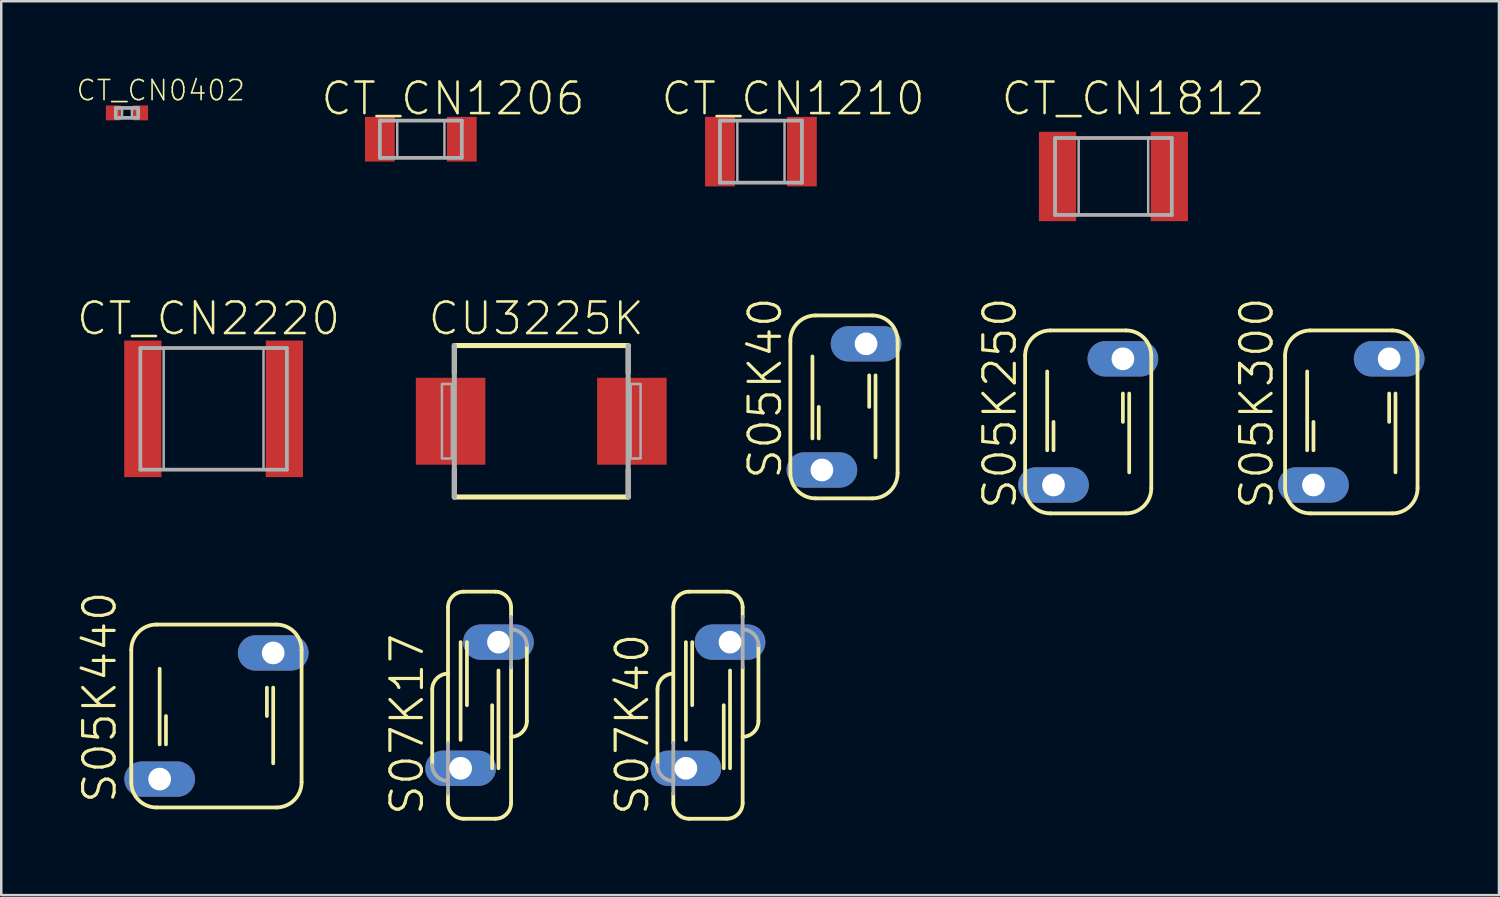
<source format=kicad_pcb>
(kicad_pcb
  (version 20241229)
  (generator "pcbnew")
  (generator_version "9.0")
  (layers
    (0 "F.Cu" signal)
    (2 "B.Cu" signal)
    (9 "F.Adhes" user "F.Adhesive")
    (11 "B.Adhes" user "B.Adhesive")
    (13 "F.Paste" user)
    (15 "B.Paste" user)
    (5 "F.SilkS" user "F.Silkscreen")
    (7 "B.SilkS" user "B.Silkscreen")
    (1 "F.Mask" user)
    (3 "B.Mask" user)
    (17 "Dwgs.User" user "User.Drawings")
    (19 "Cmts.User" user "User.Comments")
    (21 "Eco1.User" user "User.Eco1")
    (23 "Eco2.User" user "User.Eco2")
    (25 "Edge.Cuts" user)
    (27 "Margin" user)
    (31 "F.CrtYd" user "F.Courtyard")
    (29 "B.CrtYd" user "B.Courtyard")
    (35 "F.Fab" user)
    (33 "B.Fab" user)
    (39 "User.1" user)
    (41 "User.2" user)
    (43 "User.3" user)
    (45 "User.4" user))
  (footprint "S05K40"
    (layer "F.Cu")
    (at 30.935 13.335)
    (property "Reference" "S05K40" (at -3.175 -0.756 90) (layer "F.SilkS") (effects (font (size 1.27 1.27) (thickness 0.127))))
    (attr through_hole)
    (fp_line (start -2.159 -2.667) (end -2.159 2.667) (stroke (width 0.152) (type solid)) (layer "F.SilkS"))
    (fp_line (start -1.27 1.27) (end -1.27 -2.032) (stroke (width 0.15) (type solid)) (layer "F.SilkS"))
    (fp_line (start -1.143 -3.683) (end 1.143 -3.683) (stroke (width 0.152) (type solid)) (layer "F.SilkS"))
    (fp_line (start -1.143 3.683) (end 1.143 3.683) (stroke (width 0.152) (type solid)) (layer "F.SilkS"))
    (fp_line (start -1.016 1.27) (end -1.016 0) (stroke (width 0.15) (type solid)) (layer "F.SilkS"))
    (fp_line (start 1.016 0) (end 1.016 -1.27) (stroke (width 0.15) (type solid)) (layer "F.SilkS"))
    (fp_line (start 1.27 2.032) (end 1.27 -1.27) (stroke (width 0.15) (type solid)) (layer "F.SilkS"))
    (fp_line (start 2.159 -2.667) (end 2.159 2.667) (stroke (width 0.152) (type solid)) (layer "F.SilkS"))
    (fp_arc (start -2.159 -2.667) (mid -1.86142 -3.38542) (end -1.143 -3.683) (stroke (width 0.1524) (type solid)) (layer "F.SilkS"))
    (fp_arc (start -1.143 3.683) (mid -1.86142 3.38542) (end -2.159 2.667) (stroke (width 0.1524) (type solid)) (layer "F.SilkS"))
    (fp_arc (start 1.143 -3.683) (mid 1.86142 -3.38542) (end 2.159 -2.667) (stroke (width 0.1524) (type solid)) (layer "F.SilkS"))
    (fp_arc (start 2.159 2.667) (mid 1.86142 3.38542) (end 1.143 3.683) (stroke (width 0.1524) (type solid)) (layer "F.SilkS"))
    (pad "1" thru_hole oval (at -0.889 2.54) (size 2.845 1.422) (drill 0.914) (layers "*.Cu" "*.Mask"))
    (pad "2" thru_hole oval (at 0.889 -2.54) (size 2.845 1.422) (drill 0.914) (layers "*.Cu" "*.Mask")))
  (footprint "CT_CN0402"
    (layer "F.Cu")
    (at 2.063 1.496)
    (property "Reference" "CT_CN0402" (at 1.359 -0.906 0) (layer "F.SilkS") (effects (font (size 0.813 0.813) (thickness 0.065))))
    (attr through_hole)
    (fp_line (start -0.45 -0.2) (end 0.45 -0.2) (stroke (width 0.15) (type solid)) (layer "F.Fab"))
    (fp_line (start -0.45 0.2) (end -0.45 -0.2) (stroke (width 0.15) (type solid)) (layer "F.Fab"))
    (fp_line (start 0.45 -0.2) (end 0.45 0.2) (stroke (width 0.15) (type solid)) (layer "F.Fab"))
    (fp_line (start 0.45 0.2) (end -0.45 0.2) (stroke (width 0.15) (type solid)) (layer "F.Fab"))
    (fp_poly (pts (xy -0.45 -0.2) (xy -0.2 -0.2) (xy -0.2 0.2) (xy -0.45 0.2)) (stroke (width 0.1) (type solid)) (fill no) (layer "F.Fab"))
    (fp_poly (pts (xy 0.2 -0.2) (xy 0.45 -0.2) (xy 0.45 0.2) (xy 0.2 0.2)) (stroke (width 0.1) (type solid)) (fill no) (layer "F.Fab"))
    (pad "1" smd rect (at -0.55 0) (size 0.6 0.6) (layers "F.Cu" "F.Mask" "F.Paste"))
    (pad "2" smd rect (at 0.55 0) (size 0.6 0.6) (layers "F.Cu" "F.Mask" "F.Paste")))
  (footprint "S07K40"
    (layer "F.Cu")
    (at 25.458 25.347)
    (property "Reference" "S07K40" (at -3.048 0.768 90) (layer "F.SilkS") (effects (font (size 1.27 1.27) (thickness 0.127))))
    (attr through_hole)
    (fp_line (start -2.032 -0.635) (end -2.032 2.413) (stroke (width 0.152) (type solid)) (layer "F.SilkS"))
    (fp_line (start -1.397 1.524) (end -1.397 -3.937) (stroke (width 0.152) (type solid)) (layer "F.SilkS"))
    (fp_line (start -1.397 3.937) (end -1.397 3.556) (stroke (width 0.152) (type solid)) (layer "F.SilkS"))
    (fp_line (start -0.889 1.397) (end -0.889 -2.54) (stroke (width 0.15) (type solid)) (layer "F.SilkS"))
    (fp_line (start -0.762 -4.572) (end 0.762 -4.572) (stroke (width 0.152) (type solid)) (layer "F.SilkS"))
    (fp_line (start -0.762 4.572) (end 0.762 4.572) (stroke (width 0.152) (type solid)) (layer "F.SilkS"))
    (fp_line (start -0.635 0) (end -0.635 -2.54) (stroke (width 0.15) (type solid)) (layer "F.SilkS"))
    (fp_line (start 0.635 2.54) (end 0.635 0) (stroke (width 0.15) (type solid)) (layer "F.SilkS"))
    (fp_line (start 0.889 2.54) (end 0.889 -1.397) (stroke (width 0.15) (type solid)) (layer "F.SilkS"))
    (fp_line (start 1.397 -3.556) (end 1.397 -3.937) (stroke (width 0.152) (type solid)) (layer "F.SilkS"))
    (fp_line (start 1.397 3.937) (end 1.397 -1.524) (stroke (width 0.152) (type solid)) (layer "F.SilkS"))
    (fp_line (start 2.032 0.635) (end 2.032 -2.413) (stroke (width 0.152) (type solid)) (layer "F.SilkS"))
    (fp_arc (start -2.032 -0.635) (mid -1.846013 -1.084013) (end -1.397 -1.27) (stroke (width 0.1524) (type solid)) (layer "F.SilkS"))
    (fp_arc (start -1.397 -3.937) (mid -1.211013 -4.386013) (end -0.762 -4.572) (stroke (width 0.1524) (type solid)) (layer "F.SilkS"))
    (fp_arc (start -0.762 4.572) (mid -1.211013 4.386013) (end -1.397 3.937) (stroke (width 0.1524) (type solid)) (layer "F.SilkS"))
    (fp_arc (start 0.762 -4.572) (mid 1.211013 -4.386013) (end 1.397 -3.937) (stroke (width 0.1524) (type solid)) (layer "F.SilkS"))
    (fp_arc (start 1.397 3.937) (mid 1.211013 4.386013) (end 0.762 4.572) (stroke (width 0.1524) (type solid)) (layer "F.SilkS"))
    (fp_arc (start 2.032 0.635) (mid 1.846013 1.084013) (end 1.397 1.27) (stroke (width 0.1524) (type solid)) (layer "F.SilkS"))
    (fp_line (start -1.397 1.524) (end -1.397 3.556) (stroke (width 0.152) (type solid)) (layer "F.Fab"))
    (fp_line (start 1.397 -1.524) (end 1.397 -3.556) (stroke (width 0.152) (type solid)) (layer "F.Fab"))
    (fp_arc (start -1.397 3.048) (mid -1.846013 2.862013) (end -2.032 2.413) (stroke (width 0.1524) (type solid)) (layer "F.Fab"))
    (fp_arc (start 1.397 -3.048) (mid 1.846013 -2.862013) (end 2.032 -2.413) (stroke (width 0.1524) (type solid)) (layer "F.Fab"))
    (pad "1" thru_hole oval (at -0.889 2.54) (size 2.845 1.422) (drill 0.914) (layers "*.Cu" "*.Mask"))
    (pad "2" thru_hole oval (at 0.889 -2.54) (size 2.845 1.422) (drill 0.914) (layers "*.Cu" "*.Mask")))
  (footprint "CU3225K"
    (layer "F.Cu")
    (at 18.745 13.913)
    (property "Reference" "CU3225K" (at -0.204 -4.135 0) (layer "F.SilkS") (effects (font (size 1.27 1.27) (thickness 0.102))))
    (attr through_hole)
    (fp_line (start -3.5 -3.05) (end 3.5 -3.05) (stroke (width 0.203) (type solid)) (layer "F.SilkS"))
    (fp_line (start -3.5 -1.95) (end -3.5 -3.05) (stroke (width 0.203) (type solid)) (layer "F.SilkS"))
    (fp_line (start -3.5 3.05) (end -3.5 1.95) (stroke (width 0.203) (type solid)) (layer "F.SilkS"))
    (fp_line (start 3.5 -3.05) (end 3.5 -1.95) (stroke (width 0.203) (type solid)) (layer "F.SilkS"))
    (fp_line (start 3.5 1.95) (end 3.5 3.05) (stroke (width 0.203) (type solid)) (layer "F.SilkS"))
    (fp_line (start 3.5 3.05) (end -3.5 3.05) (stroke (width 0.203) (type solid)) (layer "F.SilkS"))
    (fp_line (start -3.5 3.05) (end -3.5 -3.05) (stroke (width 0.203) (type solid)) (layer "F.Fab"))
    (fp_line (start 3.5 -3.05) (end 3.5 3.05) (stroke (width 0.203) (type solid)) (layer "F.Fab"))
    (fp_poly (pts (xy -4 -1.5) (xy -3.6 -1.5) (xy -3.6 1.5) (xy -4 1.5)) (stroke (width 0.1) (type solid)) (fill no) (layer "F.Fab"))
    (fp_poly (pts (xy 3.6 -1.5) (xy 4 -1.5) (xy 4 1.5) (xy 3.6 1.5)) (stroke (width 0.1) (type solid)) (fill no) (layer "F.Fab"))
    (pad "1" smd rect (at -3.65 0) (size 2.8 3.5) (layers "F.Cu" "F.Mask" "F.Paste"))
    (pad "2" smd rect (at 3.65 0) (size 2.8 3.5) (layers "F.Cu" "F.Mask" "F.Paste")))
  (footprint "S05K250"
    (layer "F.Cu")
    (at 40.769 13.939)
    (property "Reference" "S05K250" (at -3.556 -0.756 90) (layer "F.SilkS") (effects (font (size 1.27 1.27) (thickness 0.127))))
    (attr through_hole)
    (fp_line (start -2.54 -2.667) (end -2.54 2.667) (stroke (width 0.152) (type solid)) (layer "F.SilkS"))
    (fp_line (start -1.651 1.143) (end -1.651 -2.032) (stroke (width 0.15) (type solid)) (layer "F.SilkS"))
    (fp_line (start -1.524 -3.683) (end 1.524 -3.683) (stroke (width 0.152) (type solid)) (layer "F.SilkS"))
    (fp_line (start -1.524 3.683) (end 1.524 3.683) (stroke (width 0.152) (type solid)) (layer "F.SilkS"))
    (fp_line (start -1.397 1.143) (end -1.397 0) (stroke (width 0.15) (type solid)) (layer "F.SilkS"))
    (fp_line (start 1.397 0) (end 1.397 -1.143) (stroke (width 0.15) (type solid)) (layer "F.SilkS"))
    (fp_line (start 1.651 2.032) (end 1.651 -1.143) (stroke (width 0.15) (type solid)) (layer "F.SilkS"))
    (fp_line (start 2.54 -2.667) (end 2.54 2.667) (stroke (width 0.152) (type solid)) (layer "F.SilkS"))
    (fp_arc (start -2.54 -2.667) (mid -2.24242 -3.38542) (end -1.524 -3.683) (stroke (width 0.1524) (type solid)) (layer "F.SilkS"))
    (fp_arc (start -1.524 3.683) (mid -2.24242 3.38542) (end -2.54 2.667) (stroke (width 0.1524) (type solid)) (layer "F.SilkS"))
    (fp_arc (start 1.524 -3.683) (mid 2.24242 -3.38542) (end 2.54 -2.667) (stroke (width 0.1524) (type solid)) (layer "F.SilkS"))
    (fp_arc (start 2.54 2.667) (mid 2.24242 3.38542) (end 1.524 3.683) (stroke (width 0.1524) (type solid)) (layer "F.SilkS"))
    (pad "1" thru_hole oval (at -1.397 2.54) (size 2.845 1.422) (drill 0.914) (layers "*.Cu" "*.Mask"))
    (pad "2" thru_hole oval (at 1.397 -2.54) (size 2.845 1.422) (drill 0.914) (layers "*.Cu" "*.Mask")))
  (footprint "CT_CN2220"
    (layer "F.Cu")
    (at 5.551 13.413)
    (property "Reference" "CT_CN2220" (at -0.204 -3.635 0) (layer "F.SilkS") (effects (font (size 1.27 1.27) (thickness 0.102))))
    (attr through_hole)
    (fp_line (start -2.95 -2.45) (end 2.95 -2.45) (stroke (width 0.15) (type solid)) (layer "F.Fab"))
    (fp_line (start -2.95 2.45) (end -2.95 -2.45) (stroke (width 0.15) (type solid)) (layer "F.Fab"))
    (fp_line (start 2.95 -2.45) (end 2.95 2.45) (stroke (width 0.15) (type solid)) (layer "F.Fab"))
    (fp_line (start 2.95 2.45) (end -2.95 2.45) (stroke (width 0.15) (type solid)) (layer "F.Fab"))
    (fp_poly (pts (xy -2.95 -2.44) (xy -2.01 -2.44) (xy -2.01 2.45) (xy -2.95 2.45)) (stroke (width 0.1) (type solid)) (fill no) (layer "F.Fab"))
    (fp_poly (pts (xy 2.01 -2.45) (xy 2.95 -2.45) (xy 2.95 2.44) (xy 2.01 2.44)) (stroke (width 0.1) (type solid)) (fill no) (layer "F.Fab"))
    (pad "1" smd rect (at -2.85 0) (size 1.5 5.5) (layers "F.Cu" "F.Mask" "F.Paste"))
    (pad "2" smd rect (at 2.85 0) (size 1.5 5.5) (layers "F.Cu" "F.Mask" "F.Paste")))
  (footprint "S05K440"
    (layer "F.Cu")
    (at 5.665 25.782)
    (property "Reference" "S05K440" (at -4.699 -0.756 90) (layer "F.SilkS") (effects (font (size 1.27 1.27) (thickness 0.127))))
    (attr through_hole)
    (fp_line (start -3.429 -2.667) (end -3.429 2.667) (stroke (width 0.152) (type solid)) (layer "F.SilkS"))
    (fp_line (start -2.413 -3.683) (end 2.413 -3.683) (stroke (width 0.152) (type solid)) (layer "F.SilkS"))
    (fp_line (start -2.413 3.683) (end 2.413 3.683) (stroke (width 0.152) (type solid)) (layer "F.SilkS"))
    (fp_line (start -2.286 1.143) (end -2.286 -1.905) (stroke (width 0.15) (type solid)) (layer "F.SilkS"))
    (fp_line (start -2.032 1.143) (end -2.032 0) (stroke (width 0.15) (type solid)) (layer "F.SilkS"))
    (fp_line (start 2.032 0) (end 2.032 -1.143) (stroke (width 0.15) (type solid)) (layer "F.SilkS"))
    (fp_line (start 2.286 1.905) (end 2.286 -1.143) (stroke (width 0.15) (type solid)) (layer "F.SilkS"))
    (fp_line (start 3.429 -2.667) (end 3.429 2.667) (stroke (width 0.152) (type solid)) (layer "F.SilkS"))
    (fp_arc (start -3.429 -2.667) (mid -3.13142 -3.38542) (end -2.413 -3.683) (stroke (width 0.1524) (type solid)) (layer "F.SilkS"))
    (fp_arc (start -2.413 3.683) (mid -3.13142 3.38542) (end -3.429 2.667) (stroke (width 0.1524) (type solid)) (layer "F.SilkS"))
    (fp_arc (start 2.413 -3.683) (mid 3.13142 -3.38542) (end 3.429 -2.667) (stroke (width 0.1524) (type solid)) (layer "F.SilkS"))
    (fp_arc (start 3.429 2.667) (mid 3.13142 3.38542) (end 2.413 3.683) (stroke (width 0.1524) (type solid)) (layer "F.SilkS"))
    (pad "1" thru_hole oval (at -2.286 2.54) (size 2.845 1.422) (drill 0.914) (layers "*.Cu" "*.Mask"))
    (pad "2" thru_hole oval (at 2.286 -2.54) (size 2.845 1.422) (drill 0.914) (layers "*.Cu" "*.Mask")))
  (footprint "CT_CN1812"
    (layer "F.Cu")
    (at 41.785 4.056)
    (property "Reference" "CT_CN1812" (at 0.796 -3.135 0) (layer "F.SilkS") (effects (font (size 1.27 1.27) (thickness 0.102))))
    (attr through_hole)
    (fp_line (start -2.35 -1.55) (end 2.35 -1.55) (stroke (width 0.15) (type solid)) (layer "F.Fab"))
    (fp_line (start -2.35 1.55) (end -2.35 -1.55) (stroke (width 0.15) (type solid)) (layer "F.Fab"))
    (fp_line (start 2.35 -1.55) (end 2.35 1.55) (stroke (width 0.15) (type solid)) (layer "F.Fab"))
    (fp_line (start 2.35 1.55) (end -2.35 1.55) (stroke (width 0.15) (type solid)) (layer "F.Fab"))
    (fp_poly (pts (xy -2.35 -1.55) (xy -1.4 -1.55) (xy -1.4 1.55) (xy -2.35 1.55)) (stroke (width 0.1) (type solid)) (fill no) (layer "F.Fab"))
    (fp_poly (pts (xy 1.4 -1.55) (xy 2.35 -1.55) (xy 2.35 1.55) (xy 1.4 1.55)) (stroke (width 0.1) (type solid)) (fill no) (layer "F.Fab"))
    (pad "1" smd rect (at -2.25 0) (size 1.5 3.6) (layers "F.Cu" "F.Mask" "F.Paste"))
    (pad "2" smd rect (at 2.25 0) (size 1.5 3.6) (layers "F.Cu" "F.Mask" "F.Paste")))
  (footprint "S05K300"
    (layer "F.Cu")
    (at 51.364 13.939)
    (property "Reference" "S05K300" (at -3.81 -0.756 90) (layer "F.SilkS") (effects (font (size 1.27 1.27) (thickness 0.127))))
    (attr through_hole)
    (fp_line (start -2.667 -2.667) (end -2.667 2.667) (stroke (width 0.152) (type solid)) (layer "F.SilkS"))
    (fp_line (start -1.778 1.143) (end -1.778 -2.032) (stroke (width 0.15) (type solid)) (layer "F.SilkS"))
    (fp_line (start -1.651 -3.683) (end 1.651 -3.683) (stroke (width 0.152) (type solid)) (layer "F.SilkS"))
    (fp_line (start -1.651 3.683) (end 1.651 3.683) (stroke (width 0.152) (type solid)) (layer "F.SilkS"))
    (fp_line (start -1.524 1.143) (end -1.524 0) (stroke (width 0.15) (type solid)) (layer "F.SilkS"))
    (fp_line (start 1.524 0) (end 1.524 -1.143) (stroke (width 0.15) (type solid)) (layer "F.SilkS"))
    (fp_line (start 1.778 2.032) (end 1.778 -1.143) (stroke (width 0.15) (type solid)) (layer "F.SilkS"))
    (fp_line (start 2.667 -2.667) (end 2.667 2.667) (stroke (width 0.152) (type solid)) (layer "F.SilkS"))
    (fp_arc (start -2.667 -2.667) (mid -2.36942 -3.38542) (end -1.651 -3.683) (stroke (width 0.1524) (type solid)) (layer "F.SilkS"))
    (fp_arc (start -1.651 3.683) (mid -2.36942 3.38542) (end -2.667 2.667) (stroke (width 0.1524) (type solid)) (layer "F.SilkS"))
    (fp_arc (start 1.651 -3.683) (mid 2.36942 -3.38542) (end 2.667 -2.667) (stroke (width 0.1524) (type solid)) (layer "F.SilkS"))
    (fp_arc (start 2.667 2.667) (mid 2.36942 3.38542) (end 1.651 3.683) (stroke (width 0.1524) (type solid)) (layer "F.SilkS"))
    (pad "1" thru_hole oval (at -1.524 2.54) (size 2.845 1.422) (drill 0.914) (layers "*.Cu" "*.Mask"))
    (pad "2" thru_hole oval (at 1.524 -2.54) (size 2.845 1.422) (drill 0.914) (layers "*.Cu" "*.Mask")))
  (footprint "CT_CN1206"
    (layer "F.Cu")
    (at 13.896 2.556)
    (property "Reference" "CT_CN1206" (at 1.296 -1.635 0) (layer "F.SilkS") (effects (font (size 1.27 1.27) (thickness 0.102))))
    (attr through_hole)
    (fp_line (start -1.65 -0.75) (end 1.65 -0.75) (stroke (width 0.15) (type solid)) (layer "F.Fab"))
    (fp_line (start -1.65 0.75) (end -1.65 -0.75) (stroke (width 0.15) (type solid)) (layer "F.Fab"))
    (fp_line (start 1.65 -0.75) (end 1.65 0.75) (stroke (width 0.15) (type solid)) (layer "F.Fab"))
    (fp_line (start 1.65 0.75) (end -1.65 0.75) (stroke (width 0.15) (type solid)) (layer "F.Fab"))
    (fp_poly (pts (xy -1.65 -0.75) (xy -0.95 -0.75) (xy -0.95 0.75) (xy -1.65 0.75)) (stroke (width 0.1) (type solid)) (fill no) (layer "F.Fab"))
    (fp_poly (pts (xy 0.95 -0.75) (xy 1.65 -0.75) (xy 1.65 0.75) (xy 0.95 0.75)) (stroke (width 0.1) (type solid)) (fill no) (layer "F.Fab"))
    (pad "1" smd rect (at -1.65 0) (size 1.2 1.8) (layers "F.Cu" "F.Mask" "F.Paste"))
    (pad "2" smd rect (at 1.65 0) (size 1.2 1.8) (layers "F.Cu" "F.Mask" "F.Paste")))
  (footprint "S07K17"
    (layer "F.Cu")
    (at 16.26 25.347)
    (property "Reference" "S07K17" (at -2.921 0.768 90) (layer "F.SilkS") (effects (font (size 1.27 1.27) (thickness 0.127))))
    (attr through_hole)
    (fp_line (start -1.905 -0.635) (end -1.905 2.413) (stroke (width 0.152) (type solid)) (layer "F.SilkS"))
    (fp_line (start -1.27 1.524) (end -1.27 -3.937) (stroke (width 0.152) (type solid)) (layer "F.SilkS"))
    (fp_line (start -1.27 3.937) (end -1.27 3.556) (stroke (width 0.152) (type solid)) (layer "F.SilkS"))
    (fp_line (start -0.762 1.397) (end -0.762 -2.54) (stroke (width 0.15) (type solid)) (layer "F.SilkS"))
    (fp_line (start -0.635 -4.572) (end 0.635 -4.572) (stroke (width 0.152) (type solid)) (layer "F.SilkS"))
    (fp_line (start -0.635 4.572) (end 0.635 4.572) (stroke (width 0.152) (type solid)) (layer "F.SilkS"))
    (fp_line (start -0.508 0) (end -0.508 -2.54) (stroke (width 0.15) (type solid)) (layer "F.SilkS"))
    (fp_line (start 0.508 2.54) (end 0.508 0) (stroke (width 0.15) (type solid)) (layer "F.SilkS"))
    (fp_line (start 0.762 2.54) (end 0.762 -1.397) (stroke (width 0.15) (type solid)) (layer "F.SilkS"))
    (fp_line (start 1.27 -3.556) (end 1.27 -3.937) (stroke (width 0.152) (type solid)) (layer "F.SilkS"))
    (fp_line (start 1.27 3.937) (end 1.27 -1.524) (stroke (width 0.152) (type solid)) (layer "F.SilkS"))
    (fp_line (start 1.905 0.635) (end 1.905 -2.413) (stroke (width 0.152) (type solid)) (layer "F.SilkS"))
    (fp_arc (start -1.905 -0.635) (mid -1.719013 -1.084013) (end -1.27 -1.27) (stroke (width 0.1524) (type solid)) (layer "F.SilkS"))
    (fp_arc (start -1.27 -3.937) (mid -1.084013 -4.386013) (end -0.635 -4.572) (stroke (width 0.1524) (type solid)) (layer "F.SilkS"))
    (fp_arc (start -0.635 4.572) (mid -1.084013 4.386013) (end -1.27 3.937) (stroke (width 0.1524) (type solid)) (layer "F.SilkS"))
    (fp_arc (start 0.635 -4.572) (mid 1.084013 -4.386013) (end 1.27 -3.937) (stroke (width 0.1524) (type solid)) (layer "F.SilkS"))
    (fp_arc (start 1.27 3.937) (mid 1.084013 4.386013) (end 0.635 4.572) (stroke (width 0.1524) (type solid)) (layer "F.SilkS"))
    (fp_arc (start 1.905 0.635) (mid 1.719013 1.084013) (end 1.27 1.27) (stroke (width 0.1524) (type solid)) (layer "F.SilkS"))
    (fp_line (start -1.27 1.524) (end -1.27 3.556) (stroke (width 0.152) (type solid)) (layer "F.Fab"))
    (fp_line (start 1.27 -1.524) (end 1.27 -3.556) (stroke (width 0.152) (type solid)) (layer "F.Fab"))
    (fp_arc (start -1.27 3.048) (mid -1.719013 2.862013) (end -1.905 2.413) (stroke (width 0.1524) (type solid)) (layer "F.Fab"))
    (fp_arc (start 1.27 -3.048) (mid 1.719013 -2.862013) (end 1.905 -2.413) (stroke (width 0.1524) (type solid)) (layer "F.Fab"))
    (pad "1" thru_hole oval (at -0.762 2.54) (size 2.845 1.422) (drill 0.914) (layers "*.Cu" "*.Mask"))
    (pad "2" thru_hole oval (at 0.762 -2.54) (size 2.845 1.422) (drill 0.914) (layers "*.Cu" "*.Mask")))
  (footprint "CT_CN1210"
    (layer "F.Cu")
    (at 27.591 3.056)
    (property "Reference" "CT_CN1210" (at 1.296 -2.135 0) (layer "F.SilkS") (effects (font (size 1.27 1.27) (thickness 0.102))))
    (attr through_hole)
    (fp_line (start -1.65 -1.25) (end 1.65 -1.25) (stroke (width 0.15) (type solid)) (layer "F.Fab"))
    (fp_line (start -1.65 1.25) (end -1.65 -1.25) (stroke (width 0.15) (type solid)) (layer "F.Fab"))
    (fp_line (start 1.65 -1.25) (end 1.65 1.25) (stroke (width 0.15) (type solid)) (layer "F.Fab"))
    (fp_line (start 1.65 1.25) (end -1.65 1.25) (stroke (width 0.15) (type solid)) (layer "F.Fab"))
    (fp_poly (pts (xy -1.65 -1.25) (xy -0.95 -1.25) (xy -0.95 1.25) (xy -1.65 1.25)) (stroke (width 0.1) (type solid)) (fill no) (layer "F.Fab"))
    (fp_poly (pts (xy 0.95 -1.25) (xy 1.65 -1.25) (xy 1.65 1.25) (xy 0.95 1.25)) (stroke (width 0.1) (type solid)) (fill no) (layer "F.Fab"))
    (pad "1" smd rect (at -1.65 0) (size 1.2 2.8) (layers "F.Cu" "F.Mask" "F.Paste"))
    (pad "2" smd rect (at 1.65 0) (size 1.2 2.8) (layers "F.Cu" "F.Mask" "F.Paste")))
  (gr_rect
    (start -3 -3)
    (end 57.31 32.995)
    (stroke (width 0.1) (type default))
    (fill no)
    (layer "Edge.Cuts")))
</source>
